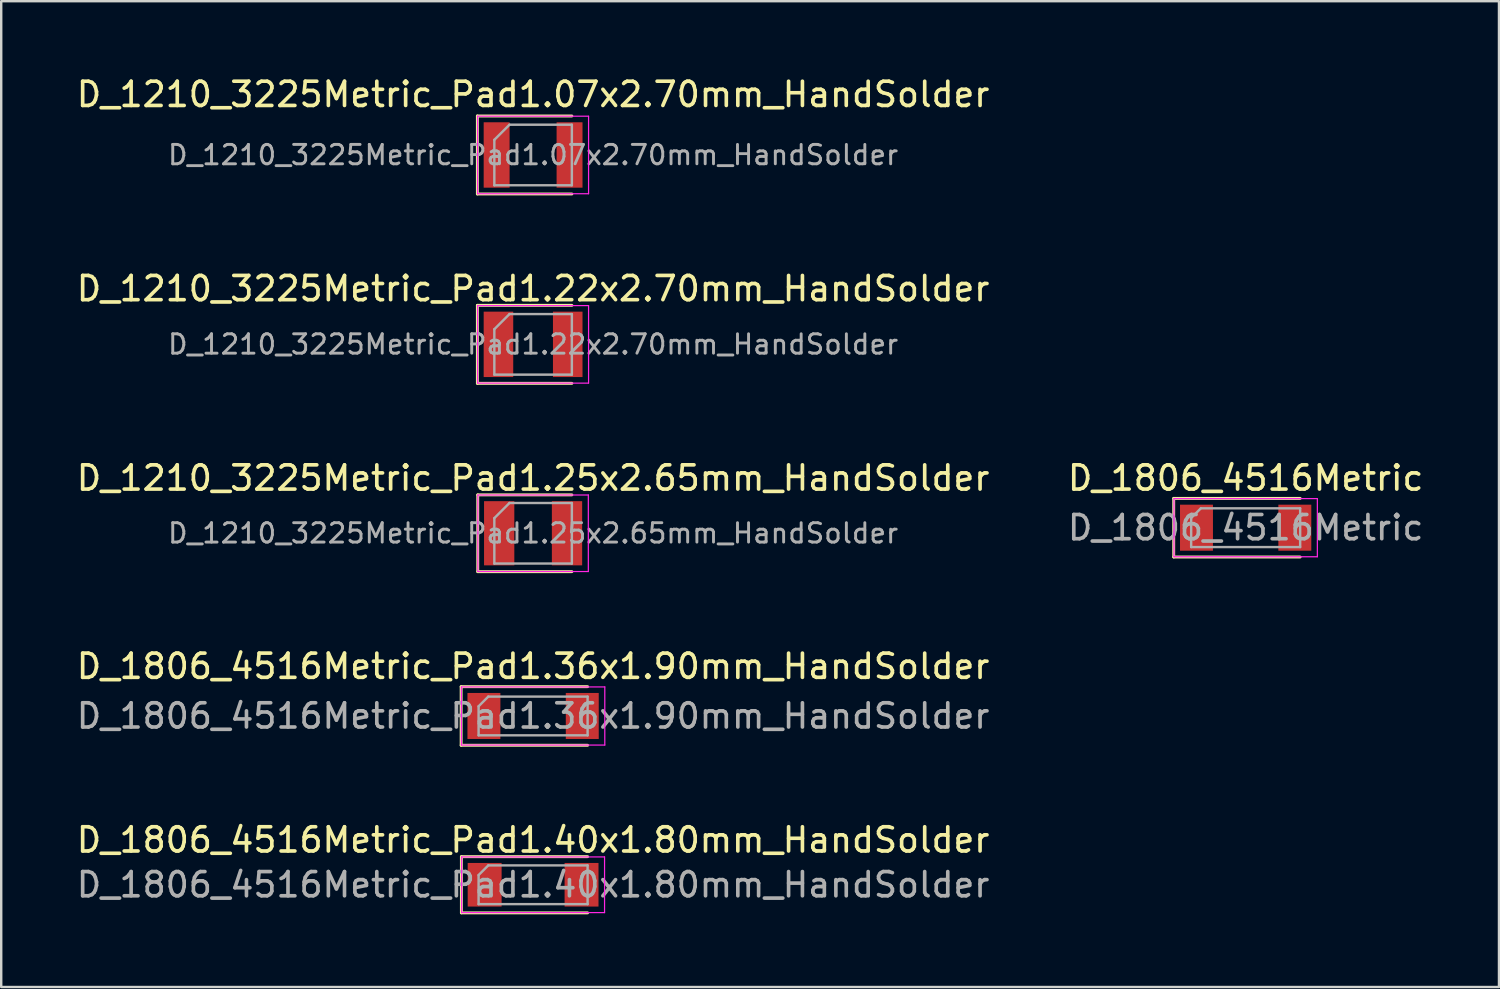
<source format=kicad_pcb>
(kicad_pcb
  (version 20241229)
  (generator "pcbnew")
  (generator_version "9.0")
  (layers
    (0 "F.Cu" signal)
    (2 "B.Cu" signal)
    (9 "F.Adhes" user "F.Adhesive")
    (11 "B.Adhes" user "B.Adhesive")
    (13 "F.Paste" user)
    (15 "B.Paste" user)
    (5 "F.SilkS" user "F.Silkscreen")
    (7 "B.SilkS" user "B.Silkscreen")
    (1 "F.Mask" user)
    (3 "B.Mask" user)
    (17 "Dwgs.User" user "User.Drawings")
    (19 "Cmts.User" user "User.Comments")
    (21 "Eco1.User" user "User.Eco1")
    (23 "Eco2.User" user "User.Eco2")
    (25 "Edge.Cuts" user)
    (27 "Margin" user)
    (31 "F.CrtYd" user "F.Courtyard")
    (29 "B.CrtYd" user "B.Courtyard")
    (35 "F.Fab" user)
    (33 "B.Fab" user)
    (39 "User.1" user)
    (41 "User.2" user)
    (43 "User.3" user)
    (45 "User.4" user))
  (footprint "D_1210_3225Metric_Pad1.07x2.70mm_HandSolder"
    (layer "F.Cu")
    (at 18.958 3.348)
    (property "Reference" "D_1210_3225Metric_Pad1.07x2.70mm_HandSolder" (at 0 -2.5 0) (layer "F.SilkS") (effects (font (size 1 1) (thickness 0.15))))
    (attr smd)
    (fp_line (start -2.3 -1.61) (end -2.3 1.61) (stroke (width 0.12) (type solid)) (layer "F.SilkS"))
    (fp_line (start -2.3 1.61) (end 1.6 1.61) (stroke (width 0.12) (type solid)) (layer "F.SilkS"))
    (fp_line (start 1.6 -1.61) (end -2.3 -1.61) (stroke (width 0.12) (type solid)) (layer "F.SilkS"))
    (fp_line (start -2.29 -1.6) (end 2.29 -1.6) (stroke (width 0.05) (type solid)) (layer "F.CrtYd"))
    (fp_line (start -2.29 1.6) (end -2.29 -1.6) (stroke (width 0.05) (type solid)) (layer "F.CrtYd"))
    (fp_line (start 2.29 -1.6) (end 2.29 1.6) (stroke (width 0.05) (type solid)) (layer "F.CrtYd"))
    (fp_line (start 2.29 1.6) (end -2.29 1.6) (stroke (width 0.05) (type solid)) (layer "F.CrtYd"))
    (fp_line (start -1.6 -0.625) (end -1.6 1.25) (stroke (width 0.1) (type solid)) (layer "F.Fab"))
    (fp_line (start -1.6 1.25) (end 1.6 1.25) (stroke (width 0.1) (type solid)) (layer "F.Fab"))
    (fp_line (start -0.975 -1.25) (end -1.6 -0.625) (stroke (width 0.1) (type solid)) (layer "F.Fab"))
    (fp_line (start 1.6 -1.25) (end -0.975 -1.25) (stroke (width 0.1) (type solid)) (layer "F.Fab"))
    (fp_line (start 1.6 1.25) (end 1.6 -1.25) (stroke (width 0.1) (type solid)) (layer "F.Fab"))
    (fp_text user "${REFERENCE}" (at 0 0 0) (layer "F.Fab") (effects (font (size 0.8 0.8) (thickness 0.12))))
    (pad "1" smd rect (at -1.505 0) (size 1.07 2.7) (layers "F.Cu" "F.Mask" "F.Paste"))
    (pad "2" smd rect (at 1.505 0) (size 1.07 2.7) (layers "F.Cu" "F.Mask" "F.Paste")))
  (footprint "D_1210_3225Metric_Pad1.25x2.65mm_HandSolder"
    (layer "F.Cu")
    (at 18.958 18.965)
    (property "Reference" "D_1210_3225Metric_Pad1.25x2.65mm_HandSolder" (at 0 -2.28 0) (layer "F.SilkS") (effects (font (size 1 1) (thickness 0.15))))
    (attr smd)
    (fp_line (start -2.285 -1.585) (end -2.285 1.585) (stroke (width 0.12) (type solid)) (layer "F.SilkS"))
    (fp_line (start -2.285 1.585) (end 1.6 1.585) (stroke (width 0.12) (type solid)) (layer "F.SilkS"))
    (fp_line (start 1.6 -1.585) (end -2.285 -1.585) (stroke (width 0.12) (type solid)) (layer "F.SilkS"))
    (fp_line (start -2.28 -1.58) (end 2.28 -1.58) (stroke (width 0.05) (type solid)) (layer "F.CrtYd"))
    (fp_line (start -2.28 1.58) (end -2.28 -1.58) (stroke (width 0.05) (type solid)) (layer "F.CrtYd"))
    (fp_line (start 2.28 -1.58) (end 2.28 1.58) (stroke (width 0.05) (type solid)) (layer "F.CrtYd"))
    (fp_line (start 2.28 1.58) (end -2.28 1.58) (stroke (width 0.05) (type solid)) (layer "F.CrtYd"))
    (fp_line (start -1.6 -0.625) (end -1.6 1.25) (stroke (width 0.1) (type solid)) (layer "F.Fab"))
    (fp_line (start -1.6 1.25) (end 1.6 1.25) (stroke (width 0.1) (type solid)) (layer "F.Fab"))
    (fp_line (start -0.975 -1.25) (end -1.6 -0.625) (stroke (width 0.1) (type solid)) (layer "F.Fab"))
    (fp_line (start 1.6 -1.25) (end -0.975 -1.25) (stroke (width 0.1) (type solid)) (layer "F.Fab"))
    (fp_line (start 1.6 1.25) (end 1.6 -1.25) (stroke (width 0.1) (type solid)) (layer "F.Fab"))
    (fp_text user "${REFERENCE}" (at 0 0 0) (layer "F.Fab") (effects (font (size 0.8 0.8) (thickness 0.12))))
    (pad "1" smd rect (at -1.4 0) (size 1.25 2.65) (layers "F.Cu" "F.Mask" "F.Paste"))
    (pad "2" smd rect (at 1.4 0) (size 1.25 2.65) (layers "F.Cu" "F.Mask" "F.Paste")))
  (footprint "D_1806_4516Metric_Pad1.40x1.80mm_HandSolder"
    (layer "F.Cu")
    (at 18.958 33.476)
    (property "Reference" "D_1806_4516Metric_Pad1.40x1.80mm_HandSolder" (at 0 -1.85 0) (layer "F.SilkS") (effects (font (size 1 1) (thickness 0.15))))
    (attr smd)
    (fp_line (start -2.96 -1.16) (end -2.96 1.16) (stroke (width 0.12) (type solid)) (layer "F.SilkS"))
    (fp_line (start -2.96 1.16) (end 2.25 1.16) (stroke (width 0.12) (type solid)) (layer "F.SilkS"))
    (fp_line (start 2.25 -1.16) (end -2.96 -1.16) (stroke (width 0.12) (type solid)) (layer "F.SilkS"))
    (fp_line (start -2.95 -1.15) (end 2.95 -1.15) (stroke (width 0.05) (type solid)) (layer "F.CrtYd"))
    (fp_line (start -2.95 1.15) (end -2.95 -1.15) (stroke (width 0.05) (type solid)) (layer "F.CrtYd"))
    (fp_line (start 2.95 -1.15) (end 2.95 1.15) (stroke (width 0.05) (type solid)) (layer "F.CrtYd"))
    (fp_line (start 2.95 1.15) (end -2.95 1.15) (stroke (width 0.05) (type solid)) (layer "F.CrtYd"))
    (fp_line (start -2.25 -0.4) (end -2.25 0.8) (stroke (width 0.1) (type solid)) (layer "F.Fab"))
    (fp_line (start -2.25 0.8) (end 2.25 0.8) (stroke (width 0.1) (type solid)) (layer "F.Fab"))
    (fp_line (start -1.85 -0.8) (end -2.25 -0.4) (stroke (width 0.1) (type solid)) (layer "F.Fab"))
    (fp_line (start 2.25 -0.8) (end -1.85 -0.8) (stroke (width 0.1) (type solid)) (layer "F.Fab"))
    (fp_line (start 2.25 0.8) (end 2.25 -0.8) (stroke (width 0.1) (type solid)) (layer "F.Fab"))
    (fp_text user "${REFERENCE}" (at 0 0 0) (layer "F.Fab") (effects (font (size 1 1) (thickness 0.15))))
    (pad "1" smd rect (at -2 0) (size 1.4 1.8) (layers "F.Cu" "F.Mask" "F.Paste"))
    (pad "2" smd rect (at 2 0) (size 1.4 1.8) (layers "F.Cu" "F.Mask" "F.Paste")))
  (footprint "D_1806_4516Metric_Pad1.36x1.90mm_HandSolder"
    (layer "F.Cu")
    (at 18.958 26.508)
    (property "Reference" "D_1806_4516Metric_Pad1.36x1.90mm_HandSolder" (at 0 -2.05 0) (layer "F.SilkS") (effects (font (size 1 1) (thickness 0.15))))
    (attr smd)
    (fp_line (start -2.97 -1.21) (end -2.97 1.21) (stroke (width 0.12) (type solid)) (layer "F.SilkS"))
    (fp_line (start -2.97 1.21) (end 2.25 1.21) (stroke (width 0.12) (type solid)) (layer "F.SilkS"))
    (fp_line (start 2.25 -1.21) (end -2.97 -1.21) (stroke (width 0.12) (type solid)) (layer "F.SilkS"))
    (fp_line (start -2.96 -1.2) (end 2.96 -1.2) (stroke (width 0.05) (type solid)) (layer "F.CrtYd"))
    (fp_line (start -2.96 1.2) (end -2.96 -1.2) (stroke (width 0.05) (type solid)) (layer "F.CrtYd"))
    (fp_line (start 2.96 -1.2) (end 2.96 1.2) (stroke (width 0.05) (type solid)) (layer "F.CrtYd"))
    (fp_line (start 2.96 1.2) (end -2.96 1.2) (stroke (width 0.05) (type solid)) (layer "F.CrtYd"))
    (fp_line (start -2.25 -0.4) (end -2.25 0.8) (stroke (width 0.1) (type solid)) (layer "F.Fab"))
    (fp_line (start -2.25 0.8) (end 2.25 0.8) (stroke (width 0.1) (type solid)) (layer "F.Fab"))
    (fp_line (start -1.85 -0.8) (end -2.25 -0.4) (stroke (width 0.1) (type solid)) (layer "F.Fab"))
    (fp_line (start 2.25 -0.8) (end -1.85 -0.8) (stroke (width 0.1) (type solid)) (layer "F.Fab"))
    (fp_line (start 2.25 0.8) (end 2.25 -0.8) (stroke (width 0.1) (type solid)) (layer "F.Fab"))
    (fp_text user "${REFERENCE}" (at 0 0 0) (layer "F.Fab") (effects (font (size 1 1) (thickness 0.15))))
    (pad "1" smd rect (at -2.03 0) (size 1.36 1.9) (layers "F.Cu" "F.Mask" "F.Paste"))
    (pad "2" smd rect (at 2.03 0) (size 1.36 1.9) (layers "F.Cu" "F.Mask" "F.Paste")))
  (footprint "D_1806_4516Metric"
    (layer "F.Cu")
    (at 48.375 18.735)
    (property "Reference" "D_1806_4516Metric" (at 0 -2.05 0) (layer "F.SilkS") (effects (font (size 1 1) (thickness 0.15))))
    (attr smd)
    (fp_line (start -2.97 -1.21) (end -2.97 1.21) (stroke (width 0.12) (type solid)) (layer "F.SilkS"))
    (fp_line (start -2.97 1.21) (end 2.25 1.21) (stroke (width 0.12) (type solid)) (layer "F.SilkS"))
    (fp_line (start 2.25 -1.21) (end -2.97 -1.21) (stroke (width 0.12) (type solid)) (layer "F.SilkS"))
    (fp_line (start -2.96 -1.2) (end 2.96 -1.2) (stroke (width 0.05) (type solid)) (layer "F.CrtYd"))
    (fp_line (start -2.96 1.2) (end -2.96 -1.2) (stroke (width 0.05) (type solid)) (layer "F.CrtYd"))
    (fp_line (start 2.96 -1.2) (end 2.96 1.2) (stroke (width 0.05) (type solid)) (layer "F.CrtYd"))
    (fp_line (start 2.96 1.2) (end -2.96 1.2) (stroke (width 0.05) (type solid)) (layer "F.CrtYd"))
    (fp_line (start -2.25 -0.4) (end -2.25 0.8) (stroke (width 0.1) (type solid)) (layer "F.Fab"))
    (fp_line (start -2.25 0.8) (end 2.25 0.8) (stroke (width 0.1) (type solid)) (layer "F.Fab"))
    (fp_line (start -1.85 -0.8) (end -2.25 -0.4) (stroke (width 0.1) (type solid)) (layer "F.Fab"))
    (fp_line (start 2.25 -0.8) (end -1.85 -0.8) (stroke (width 0.1) (type solid)) (layer "F.Fab"))
    (fp_line (start 2.25 0.8) (end 2.25 -0.8) (stroke (width 0.1) (type solid)) (layer "F.Fab"))
    (fp_text user "${REFERENCE}" (at 0 0 0) (layer "F.Fab") (effects (font (size 1 1) (thickness 0.15))))
    (pad "1" smd rect (at -2.03 0) (size 1.36 1.9) (layers "F.Cu" "F.Mask" "F.Paste"))
    (pad "2" smd rect (at 2.03 0) (size 1.36 1.9) (layers "F.Cu" "F.Mask" "F.Paste")))
  (footprint "D_1210_3225Metric_Pad1.22x2.70mm_HandSolder"
    (layer "F.Cu")
    (at 18.958 11.166)
    (property "Reference" "D_1210_3225Metric_Pad1.22x2.70mm_HandSolder" (at 0 -2.3 0) (layer "F.SilkS") (effects (font (size 1 1) (thickness 0.15))))
    (attr smd)
    (fp_line (start -2.3 -1.61) (end -2.3 1.61) (stroke (width 0.12) (type solid)) (layer "F.SilkS"))
    (fp_line (start -2.3 1.61) (end 1.6 1.61) (stroke (width 0.12) (type solid)) (layer "F.SilkS"))
    (fp_line (start 1.6 -1.61) (end -2.3 -1.61) (stroke (width 0.12) (type solid)) (layer "F.SilkS"))
    (fp_line (start -2.29 -1.6) (end 2.29 -1.6) (stroke (width 0.05) (type solid)) (layer "F.CrtYd"))
    (fp_line (start -2.29 1.6) (end -2.29 -1.6) (stroke (width 0.05) (type solid)) (layer "F.CrtYd"))
    (fp_line (start 2.29 -1.6) (end 2.29 1.6) (stroke (width 0.05) (type solid)) (layer "F.CrtYd"))
    (fp_line (start 2.29 1.6) (end -2.29 1.6) (stroke (width 0.05) (type solid)) (layer "F.CrtYd"))
    (fp_line (start -1.6 -0.625) (end -1.6 1.25) (stroke (width 0.1) (type solid)) (layer "F.Fab"))
    (fp_line (start -1.6 1.25) (end 1.6 1.25) (stroke (width 0.1) (type solid)) (layer "F.Fab"))
    (fp_line (start -0.975 -1.25) (end -1.6 -0.625) (stroke (width 0.1) (type solid)) (layer "F.Fab"))
    (fp_line (start 1.6 -1.25) (end -0.975 -1.25) (stroke (width 0.1) (type solid)) (layer "F.Fab"))
    (fp_line (start 1.6 1.25) (end 1.6 -1.25) (stroke (width 0.1) (type solid)) (layer "F.Fab"))
    (fp_text user "${REFERENCE}" (at 0 0 0) (layer "F.Fab") (effects (font (size 0.8 0.8) (thickness 0.12))))
    (pad "1" smd rect (at -1.43 0) (size 1.22 2.7) (layers "F.Cu" "F.Mask" "F.Paste"))
    (pad "2" smd rect (at 1.43 0) (size 1.22 2.7) (layers "F.Cu" "F.Mask" "F.Paste")))
  (gr_rect
    (start -3 -3)
    (end 58.833 37.696)
    (stroke (width 0.1) (type default))
    (fill no)
    (layer "Edge.Cuts")))
</source>
